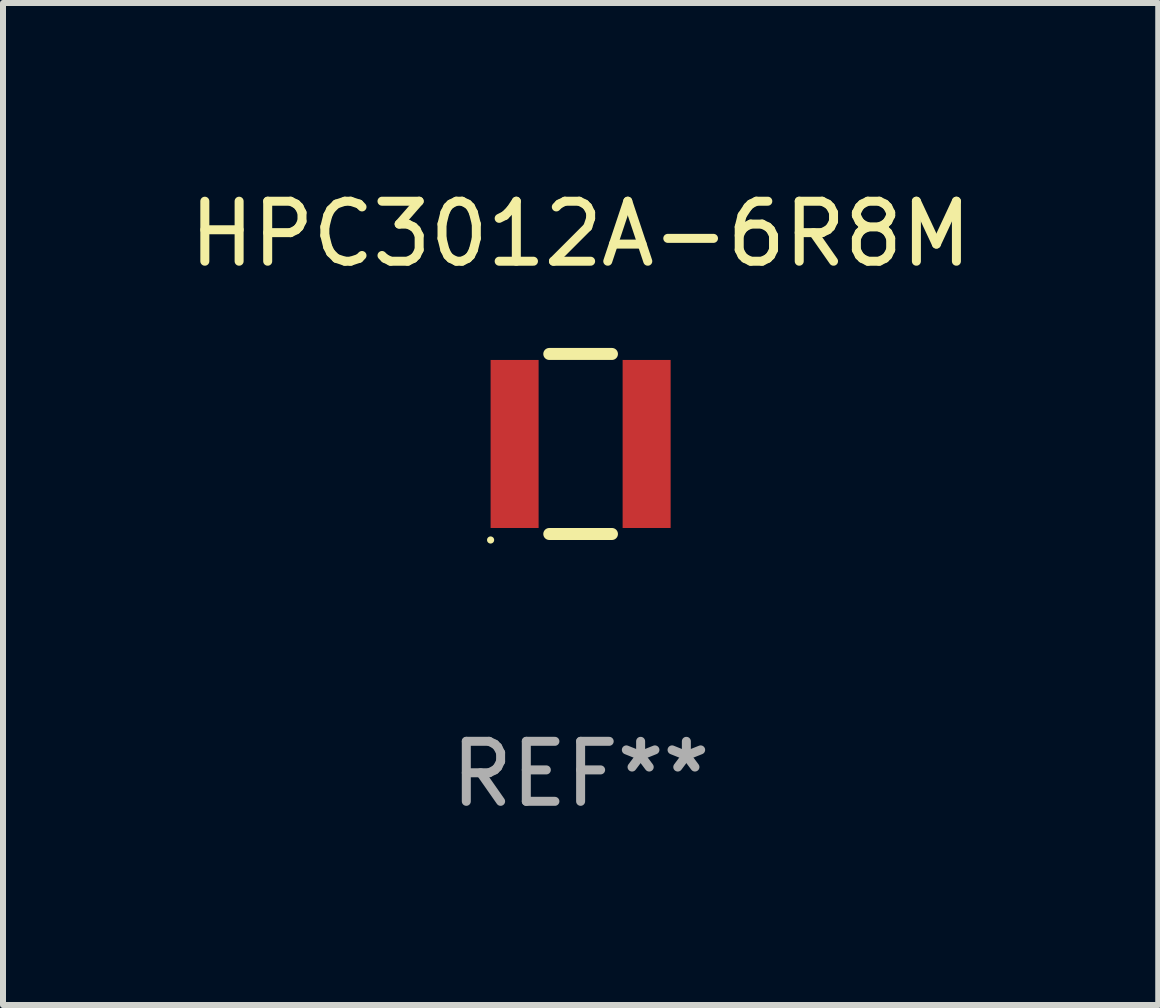
<source format=kicad_pcb>
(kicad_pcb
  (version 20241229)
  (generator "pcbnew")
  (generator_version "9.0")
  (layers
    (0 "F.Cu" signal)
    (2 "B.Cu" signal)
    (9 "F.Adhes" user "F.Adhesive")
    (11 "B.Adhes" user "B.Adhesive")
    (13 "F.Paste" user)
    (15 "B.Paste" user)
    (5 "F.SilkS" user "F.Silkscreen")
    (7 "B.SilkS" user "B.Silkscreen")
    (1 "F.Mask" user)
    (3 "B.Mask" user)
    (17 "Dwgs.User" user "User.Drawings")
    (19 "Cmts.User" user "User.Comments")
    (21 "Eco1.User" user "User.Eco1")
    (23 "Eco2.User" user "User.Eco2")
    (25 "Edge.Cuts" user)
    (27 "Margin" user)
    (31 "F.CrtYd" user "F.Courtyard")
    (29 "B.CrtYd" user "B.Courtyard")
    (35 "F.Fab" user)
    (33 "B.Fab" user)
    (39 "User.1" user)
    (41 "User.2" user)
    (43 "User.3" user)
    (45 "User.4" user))
  (footprint "HPC3012A-6R8M"
    (layer "F.Cu")
    (at 6.625 4.348)
    (property "Reference" "HPC3012A-6R8M" (at 0 -3.5 0) (layer "F.SilkS") (effects (font (size 1 1) (thickness 0.15))))
    (attr through_hole)
    (fp_line (start -0.522 -1.5) (end 0.522 -1.5) (stroke (width 0.2) (type solid)) (layer "F.SilkS"))
    (fp_line (start -0.522 1.5) (end 0.522 1.5) (stroke (width 0.2) (type solid)) (layer "F.SilkS"))
    (fp_circle (center -1.5 1.6) (end -1.47 1.6) (stroke (width 0.06) (type solid)) (fill no) (layer "F.SilkS"))
    (fp_text user "REF**" (at 0 5.5 0) (layer "F.Fab") (effects (font (size 1 1) (thickness 0.15))))
    (pad "1" smd rect (at -1.1 0) (size 0.8 2.8) (layers "F.Cu" "F.Mask" "F.Paste"))
    (pad "2" smd rect (at 1.1 0) (size 0.8 2.8) (layers "F.Cu" "F.Mask" "F.Paste")))
  (gr_rect
    (start -3 -3)
    (end 16.25 13.697)
    (stroke (width 0.1) (type default))
    (fill no)
    (layer "Edge.Cuts")))
</source>
